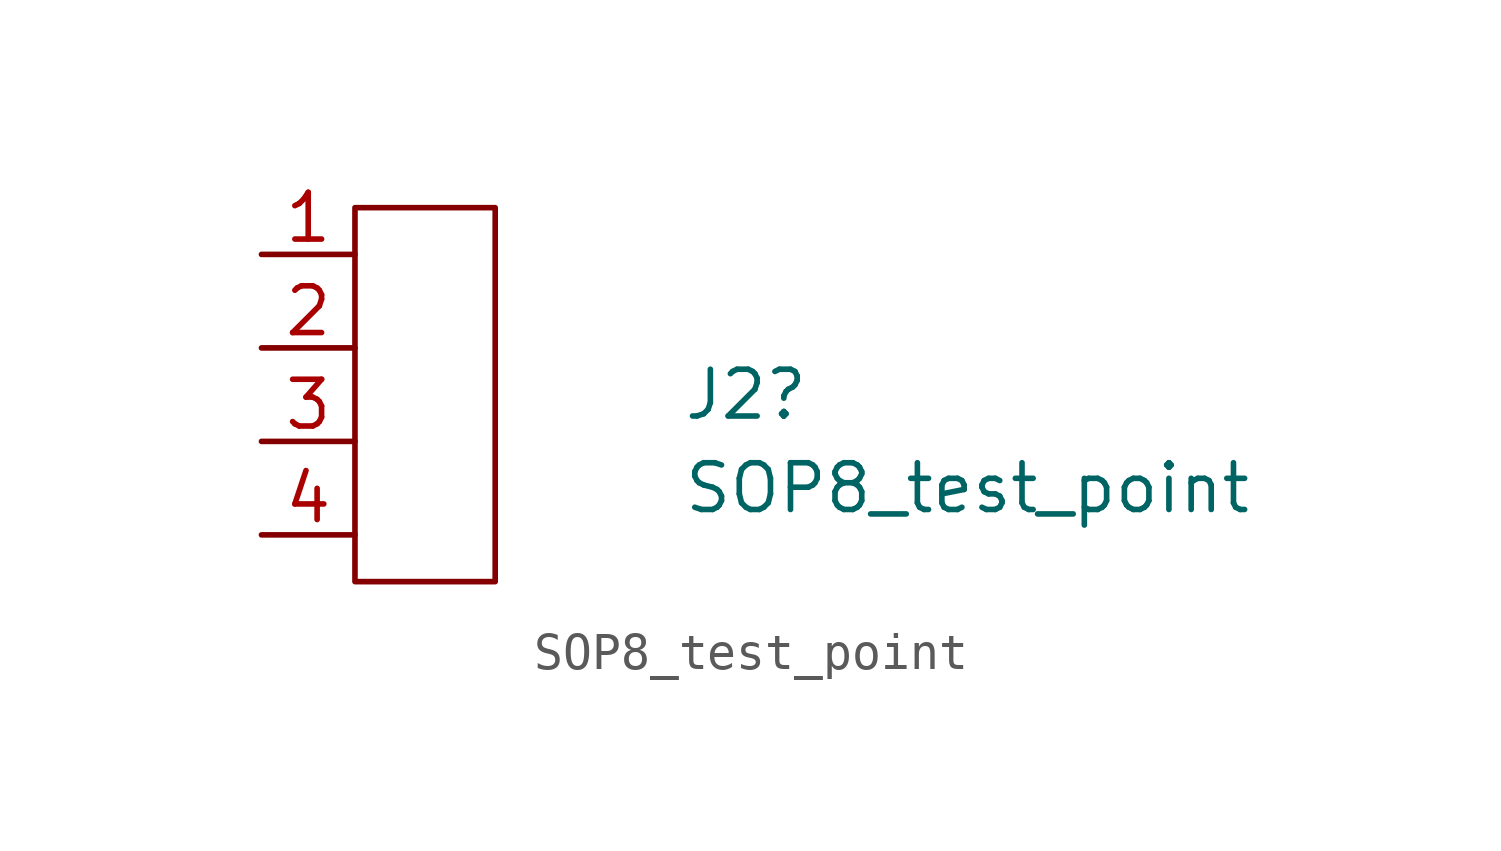
<source format=kicad_sym>
(kicad_symbol_lib
  (version 20211014)
  (generator kicad_symbol_editor)
  (symbol "SOP8_test_point"
    (property "Reference" "J2"
      (at 6.35 1.27 0)
      (effects (font (size 1.27 1.27)) (justify left)))
    (property "Value" "SOP8_test_point"
      (at 6.35 -1.27 0)
      (effects (font (size 1.27 1.27)) (justify left)))
    (symbol "SOP8_test_point_0_1"
      (rectangle (start -2.54 6.35) (end 1.27 -3.81) (stroke (width 0) (type default) (color 0 0 0 0)) (fill (type none))))
    (symbol "SOP8_test_point_1_1"
      (pin input line (at -5.08 5.08 0) (length 2.54) (name "" (effects (font (size 1.27 1.27)))) (number "1" (effects (font (size 1.27 1.27)))))
      (pin input line (at -5.08 2.54 0) (length 2.54) (name "" (effects (font (size 1.27 1.27)))) (number "2" (effects (font (size 1.27 1.27)))))
      (pin input line (at -5.08 0 0) (length 2.54) (name "" (effects (font (size 1.27 1.27)))) (number "3" (effects (font (size 1.27 1.27)))))
      (pin input line (at -5.08 -2.54 0) (length 2.54) (name "" (effects (font (size 1.27 1.27)))) (number "4" (effects (font (size 1.27 1.27))))))))
</source>
